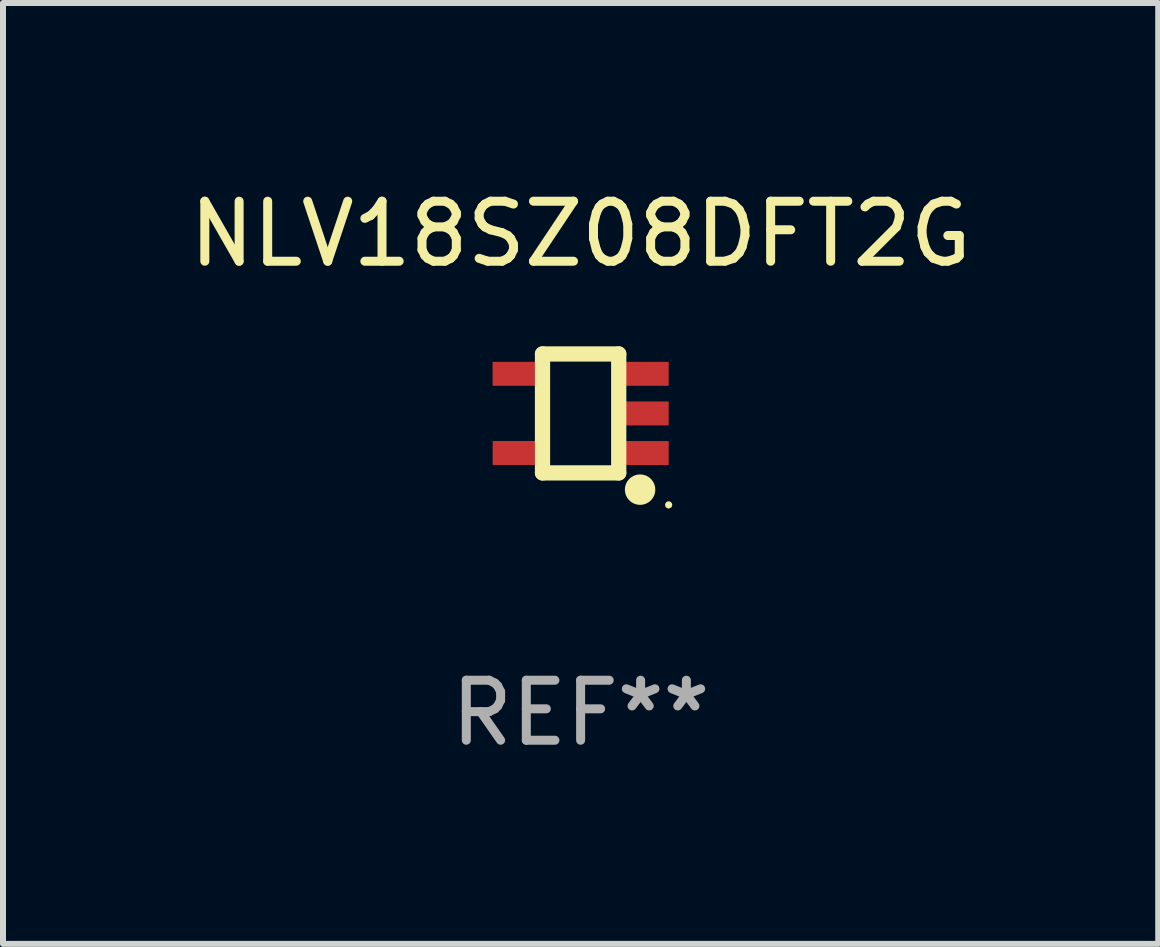
<source format=kicad_pcb>
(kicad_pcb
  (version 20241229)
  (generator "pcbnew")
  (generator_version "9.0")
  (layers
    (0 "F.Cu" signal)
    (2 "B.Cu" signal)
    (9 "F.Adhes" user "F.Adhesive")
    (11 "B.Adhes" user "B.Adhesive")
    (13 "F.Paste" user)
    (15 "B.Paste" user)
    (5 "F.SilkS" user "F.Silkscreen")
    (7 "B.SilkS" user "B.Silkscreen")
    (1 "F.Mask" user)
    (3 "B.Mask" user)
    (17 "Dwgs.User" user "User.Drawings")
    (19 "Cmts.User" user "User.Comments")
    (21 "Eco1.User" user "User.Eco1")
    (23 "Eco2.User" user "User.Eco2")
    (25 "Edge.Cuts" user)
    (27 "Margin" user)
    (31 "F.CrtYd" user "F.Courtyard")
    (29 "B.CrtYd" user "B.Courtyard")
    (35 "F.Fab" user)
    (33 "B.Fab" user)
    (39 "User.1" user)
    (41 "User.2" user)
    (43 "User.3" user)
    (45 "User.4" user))
  (footprint "NLV18SZ08DFT2G"
    (layer "F.Cu")
    (at 6.625 3.839)
    (property "Reference" "NLV18SZ08DFT2G" (at 0 -2.991 0) (layer "F.SilkS") (effects (font (size 1 1) (thickness 0.15))))
    (attr through_hole)
    (fp_line (start -0.635 -0.991) (end 0.635 -0.991) (stroke (width 0.254) (type solid)) (layer "F.SilkS"))
    (fp_line (start -0.635 0.991) (end -0.635 -0.991) (stroke (width 0.254) (type solid)) (layer "F.SilkS"))
    (fp_line (start 0.635 -0.991) (end 0.635 0.991) (stroke (width 0.254) (type solid)) (layer "F.SilkS"))
    (fp_line (start 0.635 0.991) (end -0.635 0.991) (stroke (width 0.254) (type solid)) (layer "F.SilkS"))
    (fp_circle (center 0.991 1.27) (end 1.118 1.27) (stroke (width 0.254) (type solid)) (fill no) (layer "F.SilkS"))
    (fp_circle (center 1.467 1.524) (end 1.497 1.524) (stroke (width 0.06) (type solid)) (fill no) (layer "F.SilkS"))
    (fp_text user "REF**" (at 0 4.991 0) (layer "F.Fab") (effects (font (size 1 1) (thickness 0.15))))
    (pad "1" smd rect (at 1.067 0.66 180) (size 0.8 0.399) (layers "F.Cu" "F.Mask" "F.Paste"))
    (pad "2" smd rect (at 1.067 0 180) (size 0.8 0.399) (layers "F.Cu" "F.Mask" "F.Paste"))
    (pad "3" smd rect (at 1.067 -0.66 180) (size 0.8 0.399) (layers "F.Cu" "F.Mask" "F.Paste"))
    (pad "4" smd rect (at -1.067 -0.66 180) (size 0.8 0.399) (layers "F.Cu" "F.Mask" "F.Paste"))
    (pad "5" smd rect (at -1.066 0.659 180) (size 0.8 0.399) (layers "F.Cu" "F.Mask" "F.Paste")))
  (gr_rect
    (start -3 -3)
    (end 16.25 12.678)
    (stroke (width 0.1) (type default))
    (fill no)
    (layer "Edge.Cuts")))
</source>
